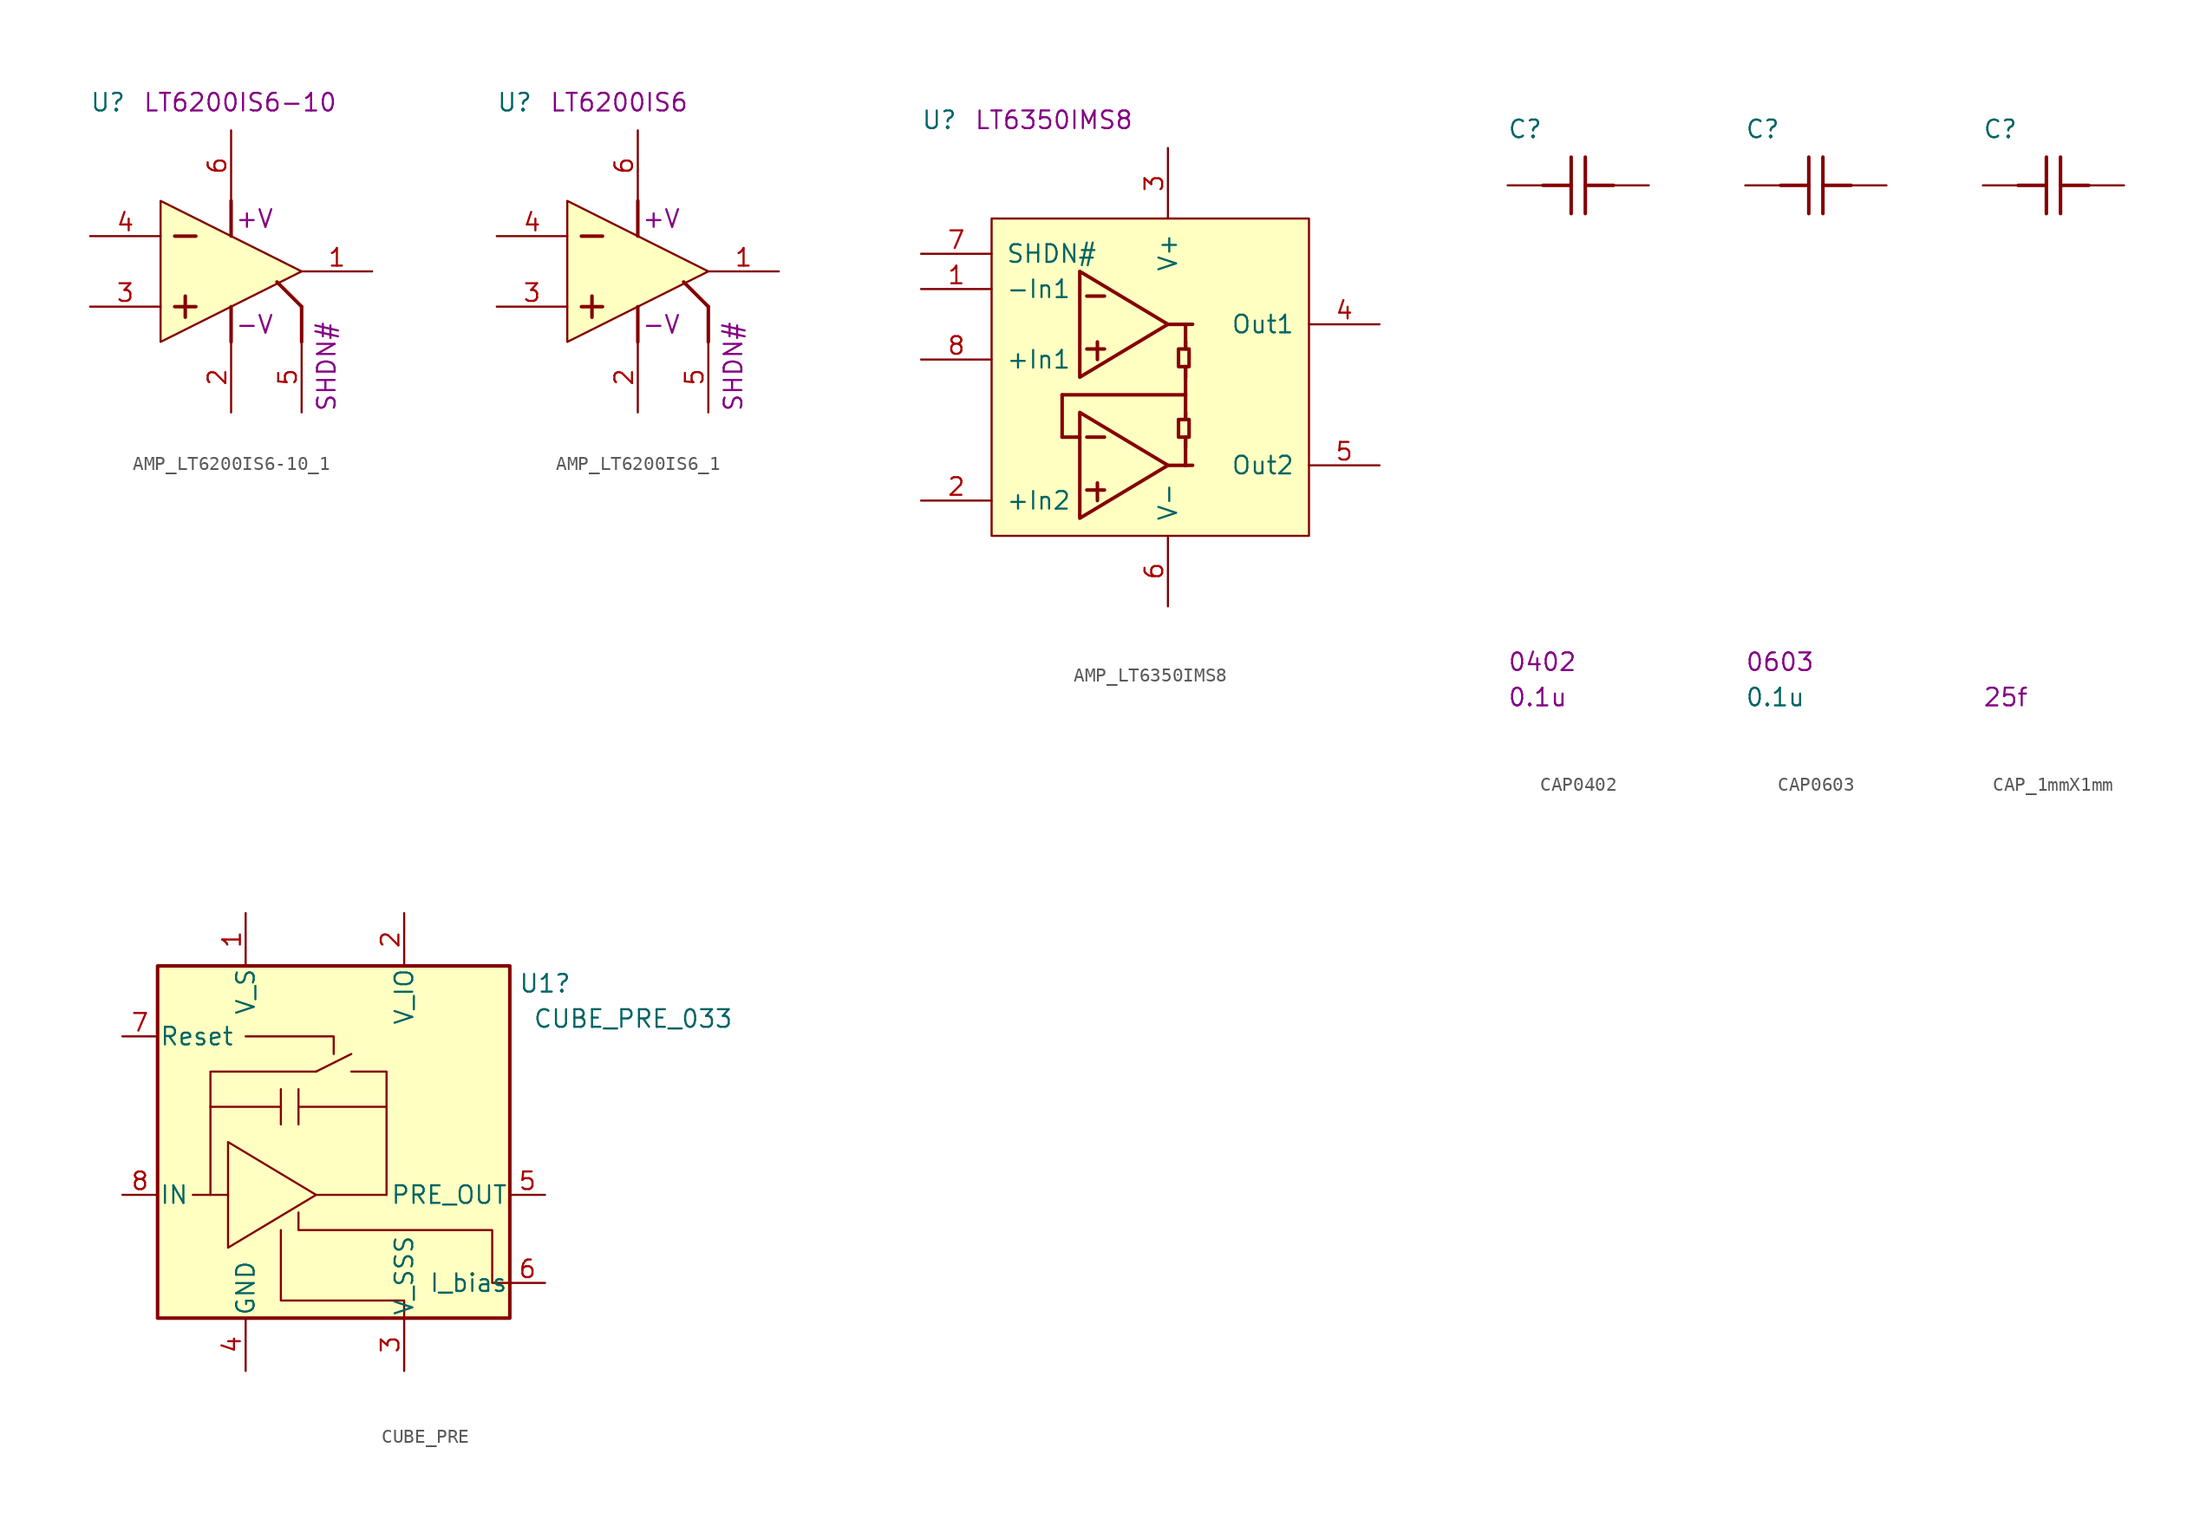
<source format=kicad_sym>
(kicad_symbol_lib
  (version 20231120)
  (generator "kicad_symbol_editor")
  (generator_version "7.99")
  (symbol "AMP_LT6200IS6-10_1"
    (pin_names
      (offset 1.016) hide)
    (property "Reference" "U"
      (at -0.025 1.27 0)
      (effects (font (size 1.27 1.27)) (justify left bottom)))
    (property "user" "+V"
      (at 10.414 -7.112 0)
      (effects (font (size 1.27 1.27)) (justify left bottom)))
    (property "user_1" "-V"
      (at 10.414 -14.732 0)
      (effects (font (size 1.27 1.27)) (justify left bottom)))
    (property "user_2" "SHDN#"
      (at 17.78 -20.32 90)
      (effects (font (size 1.27 1.27)) (justify left bottom)))
    (property "Comment" "LT6200IS6-10"
      (at 3.785 1.27 0)
      (effects (font (size 1.27 1.27)) (justify left bottom)))
    (symbol "AMP_LT6200IS6-10_1_1_1"
      (polyline (pts (xy 6.096 -12.7) (xy 7.62 -12.7)) (stroke (width 0.254) (type solid)) (fill (type none)))
      (polyline (pts (xy 6.096 -7.62) (xy 7.62 -7.62)) (stroke (width 0.254) (type solid)) (fill (type none)))
      (polyline (pts (xy 6.858 -11.938) (xy 6.858 -13.462)) (stroke (width 0.254) (type solid)) (fill (type none)))
      (polyline (pts (xy 10.16 -12.7) (xy 10.16 -15.24)) (stroke (width 0.254) (type solid)) (fill (type none)))
      (polyline (pts (xy 10.16 -5.08) (xy 10.16 -7.62)) (stroke (width 0.254) (type solid)) (fill (type none)))
      (polyline (pts (xy 13.462 -10.922) (xy 15.24 -12.7)) (stroke (width 0.254) (type solid)) (fill (type none)))
      (polyline (pts (xy 15.24 -12.7) (xy 15.24 -15.24)) (stroke (width 0.254) (type solid)) (fill (type none)))
      (polyline (pts (xy 5.08 -5.08) (xy 5.08 -15.24) (xy 15.24 -10.16) (xy 5.08 -5.08)) (stroke (width 0) (type solid)) (fill (type background)))
      (pin output line (at 20.32 -10.16 180) (length 5.08) (name "OUT" (effects (font (size 1.27 1.27)))) (number "1" (effects (font (size 1.27 1.27)))))
      (pin input line (at 10.16 -20.32 90) (length 5.08) (name "VEE" (effects (font (size 1.27 1.27)))) (number "2" (effects (font (size 1.27 1.27)))))
      (pin input line (at 0 -12.7 0) (length 5.08) (name "IN+" (effects (font (size 1.27 1.27)))) (number "3" (effects (font (size 1.27 1.27)))))
      (pin input line (at 0 -7.62 0) (length 5.08) (name "IN-" (effects (font (size 1.27 1.27)))) (number "4" (effects (font (size 1.27 1.27)))))
      (pin passive line (at 15.24 -20.32 90) (length 5.08) (name "SHDN" (effects (font (size 1.27 1.27)))) (number "5" (effects (font (size 1.27 1.27)))))
      (pin input line (at 10.16 0 270) (length 5.08) (name "VCC" (effects (font (size 1.27 1.27)))) (number "6" (effects (font (size 1.27 1.27)))))))
  (symbol "AMP_LT6200IS6_1"
    (pin_names
      (offset 1.016) hide)
    (property "Reference" "U"
      (at -0.025 1.27 0)
      (effects (font (size 1.27 1.27)) (justify left bottom)))
    (property "user" "+V"
      (at 10.414 -7.112 0)
      (effects (font (size 1.27 1.27)) (justify left bottom)))
    (property "user_1" "-V"
      (at 10.414 -14.732 0)
      (effects (font (size 1.27 1.27)) (justify left bottom)))
    (property "user_2" "SHDN#"
      (at 17.78 -20.32 90)
      (effects (font (size 1.27 1.27)) (justify left bottom)))
    (property "Comment" "LT6200IS6"
      (at 3.785 1.27 0)
      (effects (font (size 1.27 1.27)) (justify left bottom)))
    (symbol "AMP_LT6200IS6_1_1_1"
      (polyline (pts (xy 6.096 -12.7) (xy 7.62 -12.7)) (stroke (width 0.254) (type solid)) (fill (type none)))
      (polyline (pts (xy 6.096 -7.62) (xy 7.62 -7.62)) (stroke (width 0.254) (type solid)) (fill (type none)))
      (polyline (pts (xy 6.858 -11.938) (xy 6.858 -13.462)) (stroke (width 0.254) (type solid)) (fill (type none)))
      (polyline (pts (xy 10.16 -12.7) (xy 10.16 -15.24)) (stroke (width 0.254) (type solid)) (fill (type none)))
      (polyline (pts (xy 10.16 -5.08) (xy 10.16 -7.62)) (stroke (width 0.254) (type solid)) (fill (type none)))
      (polyline (pts (xy 13.462 -10.922) (xy 15.24 -12.7)) (stroke (width 0.254) (type solid)) (fill (type none)))
      (polyline (pts (xy 15.24 -12.7) (xy 15.24 -15.24)) (stroke (width 0.254) (type solid)) (fill (type none)))
      (polyline (pts (xy 5.08 -5.08) (xy 5.08 -15.24) (xy 15.24 -10.16) (xy 5.08 -5.08)) (stroke (width 0) (type solid)) (fill (type background)))
      (pin output line (at 20.32 -10.16 180) (length 5.08) (name "OUT" (effects (font (size 1.27 1.27)))) (number "1" (effects (font (size 1.27 1.27)))))
      (pin input line (at 10.16 -20.32 90) (length 5.08) (name "VEE" (effects (font (size 1.27 1.27)))) (number "2" (effects (font (size 1.27 1.27)))))
      (pin input line (at 0 -12.7 0) (length 5.08) (name "IN+" (effects (font (size 1.27 1.27)))) (number "3" (effects (font (size 1.27 1.27)))))
      (pin input line (at 0 -7.62 0) (length 5.08) (name "IN-" (effects (font (size 1.27 1.27)))) (number "4" (effects (font (size 1.27 1.27)))))
      (pin passive line (at 15.24 -20.32 90) (length 5.08) (name "SHDN" (effects (font (size 1.27 1.27)))) (number "5" (effects (font (size 1.27 1.27)))))
      (pin input line (at 10.16 0 270) (length 5.08) (name "VCC" (effects (font (size 1.27 1.27)))) (number "6" (effects (font (size 1.27 1.27)))))))
  (symbol "AMP_LT6350IMS8"
    (pin_names
      (offset 1.016))
    (property "Reference" "U"
      (at -5.08 6.35 0)
      (effects (font (size 1.27 1.27)) (justify left bottom)))
    (property "Comment" "LT6350IMS8"
      (at -1.27 6.35 0)
      (effects (font (size 1.27 1.27)) (justify left bottom)))
    (symbol "AMP_LT6350IMS8_1_1"
      (rectangle (start 0 -22.86) (end 22.86 0) (stroke (width 0) (type solid)) (fill (type background)))
      (polyline (pts (xy 5.08 -15.748) (xy 5.08 -12.7)) (stroke (width 0.254) (type solid)) (fill (type none)))
      (polyline (pts (xy 5.08 -15.748) (xy 6.35 -15.748)) (stroke (width 0.254) (type solid)) (fill (type none)))
      (polyline (pts (xy 5.08 -12.7) (xy 13.97 -12.7)) (stroke (width 0.254) (type solid)) (fill (type none)))
      (polyline (pts (xy 6.858 -19.558) (xy 8.128 -19.558)) (stroke (width 0.254) (type solid)) (fill (type none)))
      (polyline (pts (xy 6.858 -15.748) (xy 8.128 -15.748)) (stroke (width 0.254) (type solid)) (fill (type none)))
      (polyline (pts (xy 6.858 -9.398) (xy 8.128 -9.398)) (stroke (width 0.254) (type solid)) (fill (type none)))
      (polyline (pts (xy 6.858 -5.588) (xy 8.128 -5.588)) (stroke (width 0.254) (type solid)) (fill (type none)))
      (polyline (pts (xy 7.62 -20.32) (xy 7.62 -19.05)) (stroke (width 0.254) (type solid)) (fill (type none)))
      (polyline (pts (xy 7.62 -10.16) (xy 7.62 -8.89)) (stroke (width 0.254) (type solid)) (fill (type none)))
      (polyline (pts (xy 12.7 -17.78) (xy 14.478 -17.78)) (stroke (width 0.254) (type solid)) (fill (type none)))
      (polyline (pts (xy 12.7 -7.62) (xy 13.97 -7.62)) (stroke (width 0.254) (type solid)) (fill (type none)))
      (polyline (pts (xy 12.7 -7.62) (xy 14.478 -7.62)) (stroke (width 0.254) (type solid)) (fill (type none)))
      (polyline (pts (xy 13.97 -17.78) (xy 13.97 -16.51)) (stroke (width 0.254) (type solid)) (fill (type none)))
      (polyline (pts (xy 13.97 -13.97) (xy 13.97 -11.43)) (stroke (width 0.254) (type solid)) (fill (type none)))
      (polyline (pts (xy 13.97 -8.89) (xy 13.97 -7.62)) (stroke (width 0.254) (type solid)) (fill (type none)))
      (polyline (pts (xy 6.35 -13.97) (xy 6.35 -21.59) (xy 12.7 -17.78) (xy 6.35 -13.97)) (stroke (width 0.254) (type solid)) (fill (type background)))
      (polyline (pts (xy 6.35 -3.81) (xy 6.35 -11.43) (xy 12.7 -7.62) (xy 6.35 -3.81)) (stroke (width 0.254) (type solid)) (fill (type background)))
      (polyline (pts (xy 13.97 -13.97) (xy 13.97 -14.478) (xy 13.462 -14.478) (xy 13.462 -15.748) (xy 13.97 -15.748) (xy 13.97 -16.51)) (stroke (width 0.254) (type solid)) (fill (type none)))
      (polyline (pts (xy 13.97 -13.97) (xy 13.97 -14.478) (xy 14.224 -14.478) (xy 14.224 -15.748) (xy 13.97 -15.748) (xy 13.97 -16.51)) (stroke (width 0.254) (type solid)) (fill (type none)))
      (polyline (pts (xy 13.97 -8.89) (xy 13.97 -9.398) (xy 13.462 -9.398) (xy 13.462 -10.668) (xy 13.97 -10.668) (xy 13.97 -11.43)) (stroke (width 0.254) (type solid)) (fill (type none)))
      (polyline (pts (xy 13.97 -8.89) (xy 13.97 -9.398) (xy 14.224 -9.398) (xy 14.224 -10.668) (xy 13.97 -10.668) (xy 13.97 -11.43)) (stroke (width 0.254) (type solid)) (fill (type none)))
      (arc (start 13.97 -17.78) (mid 13.97 -17.78) (end 13.97 -17.78) (stroke (width 0.254) (type solid)) (fill (type none)))
      (arc (start 13.97 -12.7) (mid 13.97 -12.7) (end 13.97 -12.7) (stroke (width 0.254) (type solid)) (fill (type none)))
      (arc (start 13.97 -7.62) (mid 13.97 -7.62) (end 13.97 -7.62) (stroke (width 0.254) (type solid)) (fill (type none)))
      (pin input line (at -5.08 -5.08 0) (length 5.08) (name "-In1" (effects (font (size 1.27 1.27)))) (number "1" (effects (font (size 1.27 1.27)))))
      (pin input line (at -5.08 -20.32 0) (length 5.08) (name "+In2" (effects (font (size 1.27 1.27)))) (number "2" (effects (font (size 1.27 1.27)))))
      (pin input line (at 12.7 5.08 270) (length 5.08) (name "V+" (effects (font (size 1.27 1.27)))) (number "3" (effects (font (size 1.27 1.27)))))
      (pin output line (at 27.94 -7.62 180) (length 5.08) (name "Out1" (effects (font (size 1.27 1.27)))) (number "4" (effects (font (size 1.27 1.27)))))
      (pin output line (at 27.94 -17.78 180) (length 5.08) (name "Out2" (effects (font (size 1.27 1.27)))) (number "5" (effects (font (size 1.27 1.27)))))
      (pin input line (at 12.7 -27.94 90) (length 5.08) (name "V-" (effects (font (size 1.27 1.27)))) (number "6" (effects (font (size 1.27 1.27)))))
      (pin input line (at -5.08 -2.54 0) (length 5.08) (name "SHDN#" (effects (font (size 1.27 1.27)))) (number "7" (effects (font (size 1.27 1.27)))))
      (pin input line (at -5.08 -10.16 0) (length 5.08) (name "+In1" (effects (font (size 1.27 1.27)))) (number "8" (effects (font (size 1.27 1.27)))))))
  (symbol "CAP0402"
    (pin_numbers hide)
    (pin_names
      (offset 1.016) hide)
    (property "Reference" "C"
      (at -0.025 3.302 0)
      (effects (font (size 1.27 1.27)) (justify left bottom)))
    (property "PackageType" "0402"
      (at -0.025 -35.052 0)
      (effects (font (size 1.27 1.27)) (justify left bottom)))
    (property "ValueP" "0.1u"
      (at -0.025 -37.592 0)
      (effects (font (size 1.27 1.27)) (justify left bottom)))
    (symbol "CAP0402_1_1"
      (polyline (pts (xy 4.572 -2.032) (xy 4.572 2.032)) (stroke (width 0.254) (type solid)) (fill (type none)))
      (polyline (pts (xy 4.572 0) (xy 2.54 0)) (stroke (width 0.254) (type solid)) (fill (type none)))
      (polyline (pts (xy 5.588 2.032) (xy 5.588 -2.032)) (stroke (width 0.254) (type solid)) (fill (type none)))
      (polyline (pts (xy 7.62 0) (xy 5.588 0)) (stroke (width 0.254) (type solid)) (fill (type none)))
      (pin passive line (at 0 0 0) (length 2.54) (name "1" (effects (font (size 1.27 1.27)))) (number "1" (effects (font (size 1.27 1.27)))))
      (pin passive line (at 10.16 0 180) (length 2.54) (name "2" (effects (font (size 1.27 1.27)))) (number "2" (effects (font (size 1.27 1.27)))))))
  (symbol "CAP0603"
    (pin_numbers hide)
    (pin_names
      (offset 1.016) hide)
    (property "Reference" "C"
      (at -0.025 3.302 0)
      (effects (font (size 1.27 1.27)) (justify left bottom)))
    (property "Value" "0.1u"
      (at -0.025 -37.592 0)
      (effects (font (size 1.27 1.27)) (justify left bottom)))
    (property "PackageType" "0603"
      (at -0.025 -35.052 0)
      (effects (font (size 1.27 1.27)) (justify left bottom)))
    (symbol "CAP0603_1_1"
      (polyline (pts (xy 4.572 -2.032) (xy 4.572 2.032)) (stroke (width 0.254) (type solid)) (fill (type none)))
      (polyline (pts (xy 4.572 0) (xy 2.54 0)) (stroke (width 0.254) (type solid)) (fill (type none)))
      (polyline (pts (xy 5.588 2.032) (xy 5.588 -2.032)) (stroke (width 0.254) (type solid)) (fill (type none)))
      (polyline (pts (xy 7.62 0) (xy 5.588 0)) (stroke (width 0.254) (type solid)) (fill (type none)))
      (pin passive line (at 0 0 0) (length 2.54) (name "1" (effects (font (size 1.27 1.27)))) (number "1" (effects (font (size 1.27 1.27)))))
      (pin passive line (at 10.16 0 180) (length 2.54) (name "2" (effects (font (size 1.27 1.27)))) (number "2" (effects (font (size 1.27 1.27)))))))
  (symbol "CAP_1mmX1mm"
    (pin_numbers hide)
    (pin_names
      (offset 1.016) hide)
    (property "Reference" "C"
      (at -0.025 3.302 0)
      (effects (font (size 1.27 1.27)) (justify left bottom)))
    (property "ValueP" "25f"
      (at -0.025 -37.592 0)
      (effects (font (size 1.27 1.27)) (justify left bottom)))
    (symbol "CAP_1mmX1mm_1_1"
      (polyline (pts (xy 4.572 -2.032) (xy 4.572 2.032)) (stroke (width 0.254) (type solid)) (fill (type none)))
      (polyline (pts (xy 4.572 0) (xy 2.54 0)) (stroke (width 0.254) (type solid)) (fill (type none)))
      (polyline (pts (xy 5.588 2.032) (xy 5.588 -2.032)) (stroke (width 0.254) (type solid)) (fill (type none)))
      (polyline (pts (xy 7.62 0) (xy 5.588 0)) (stroke (width 0.254) (type solid)) (fill (type none)))
      (pin passive line (at 0 0 0) (length 2.54) (name "1" (effects (font (size 1.27 1.27)))) (number "1" (effects (font (size 1.27 1.27)))))
      (pin passive line (at 10.16 0 180) (length 2.54) (name "2" (effects (font (size 1.27 1.27)))) (number "2" (effects (font (size 1.27 1.27)))))))
  (symbol "CUBE_PRE"
    (pin_names
      (offset 0.127))
    (property "Reference" "U1"
      (at 15.24 11.43 0)
      (effects (font (size 1.27 1.27))))
    (property "Value" "CUBE_PRE_033"
      (at 21.59 8.89 0)
      (effects (font (size 1.27 1.27))))
    (symbol "CUBE_PRE_0_1"
      (rectangle (start -12.7 12.7) (end 12.7 -12.7) (stroke (width 0.254) (type default)) (fill (type background)))
      (polyline (pts (xy -7.62 -3.81) (xy -10.16 -3.81)) (stroke (width 0) (type default)) (fill (type none)))
      (polyline (pts (xy -3.81 2.54) (xy -8.89 2.54)) (stroke (width 0) (type default)) (fill (type none)))
      (polyline (pts (xy -3.81 3.81) (xy -3.81 1.27)) (stroke (width 0) (type default)) (fill (type none)))
      (polyline (pts (xy -2.54 2.54) (xy 3.81 2.54)) (stroke (width 0) (type default)) (fill (type none)))
      (polyline (pts (xy -2.54 3.81) (xy -2.54 1.27)) (stroke (width 0) (type default)) (fill (type none)))
      (polyline (pts (xy -1.27 -3.81) (xy 3.81 -3.81)) (stroke (width 0) (type default)) (fill (type none)))
      (polyline (pts (xy -1.27 5.08) (xy 1.27 6.35)) (stroke (width 0) (type default)) (fill (type none)))
      (polyline (pts (xy -6.35 7.62) (xy 0 7.62) (xy 0 6.35)) (stroke (width 0) (type default)) (fill (type none)))
      (polyline (pts (xy -1.27 5.08) (xy -8.89 5.08) (xy -8.89 -3.81)) (stroke (width 0) (type default)) (fill (type none)))
      (polyline (pts (xy 1.27 5.08) (xy 3.81 5.08) (xy 3.81 -3.81)) (stroke (width 0) (type default)) (fill (type none)))
      (polyline (pts (xy -7.62 0) (xy -7.62 -7.62) (xy -1.27 -3.81) (xy -7.62 0)) (stroke (width 0) (type default)) (fill (type none)))
      (polyline (pts (xy -3.81 -6.35) (xy -3.81 -11.43) (xy 5.08 -11.43) (xy 5.08 -12.7)) (stroke (width 0) (type default)) (fill (type none)))
      (polyline (pts (xy -2.54 -5.08) (xy -2.54 -6.35) (xy 11.43 -6.35) (xy 11.43 -10.16) (xy 12.7 -10.16)) (stroke (width 0) (type default)) (fill (type none))))
    (symbol "CUBE_PRE_1_1"
      (pin power_in line (at -6.35 -16.51 90) (length 3.81) hide (name "GND" (effects (font (size 1.27 1.27)))) (number "0" (effects (font (size 1.27 1.27)))))
      (pin input line (at -6.35 16.51 270) (length 3.81) (name "V_S" (effects (font (size 1.27 1.27)))) (number "1" (effects (font (size 1.27 1.27)))))
      (pin input line (at 5.08 16.51 270) (length 3.81) (name "V_IO" (effects (font (size 1.27 1.27)))) (number "2" (effects (font (size 1.27 1.27)))))
      (pin input line (at 5.08 -16.51 90) (length 3.81) (name "V_SSS" (effects (font (size 1.27 1.27)))) (number "3" (effects (font (size 1.27 1.27)))))
      (pin power_in line (at -6.35 -16.51 90) (length 3.81) (name "GND" (effects (font (size 1.27 1.27)))) (number "4" (effects (font (size 1.27 1.27)))))
      (pin output line (at 15.24 -3.81 180) (length 2.54) (name "PRE_OUT" (effects (font (size 1.27 1.27)))) (number "5" (effects (font (size 1.27 1.27)))))
      (pin input line (at 15.24 -10.16 180) (length 2.54) (name "I_bias" (effects (font (size 1.27 1.27)))) (number "6" (effects (font (size 1.27 1.27)))))
      (pin input line (at -15.24 7.62 0) (length 2.54) (name "Reset" (effects (font (size 1.27 1.27)))) (number "7" (effects (font (size 1.27 1.27)))))
      (pin input line (at -15.24 -3.81 0) (length 2.54) (name "IN" (effects (font (size 1.27 1.27)))) (number "8" (effects (font (size 1.27 1.27))))))))
</source>
